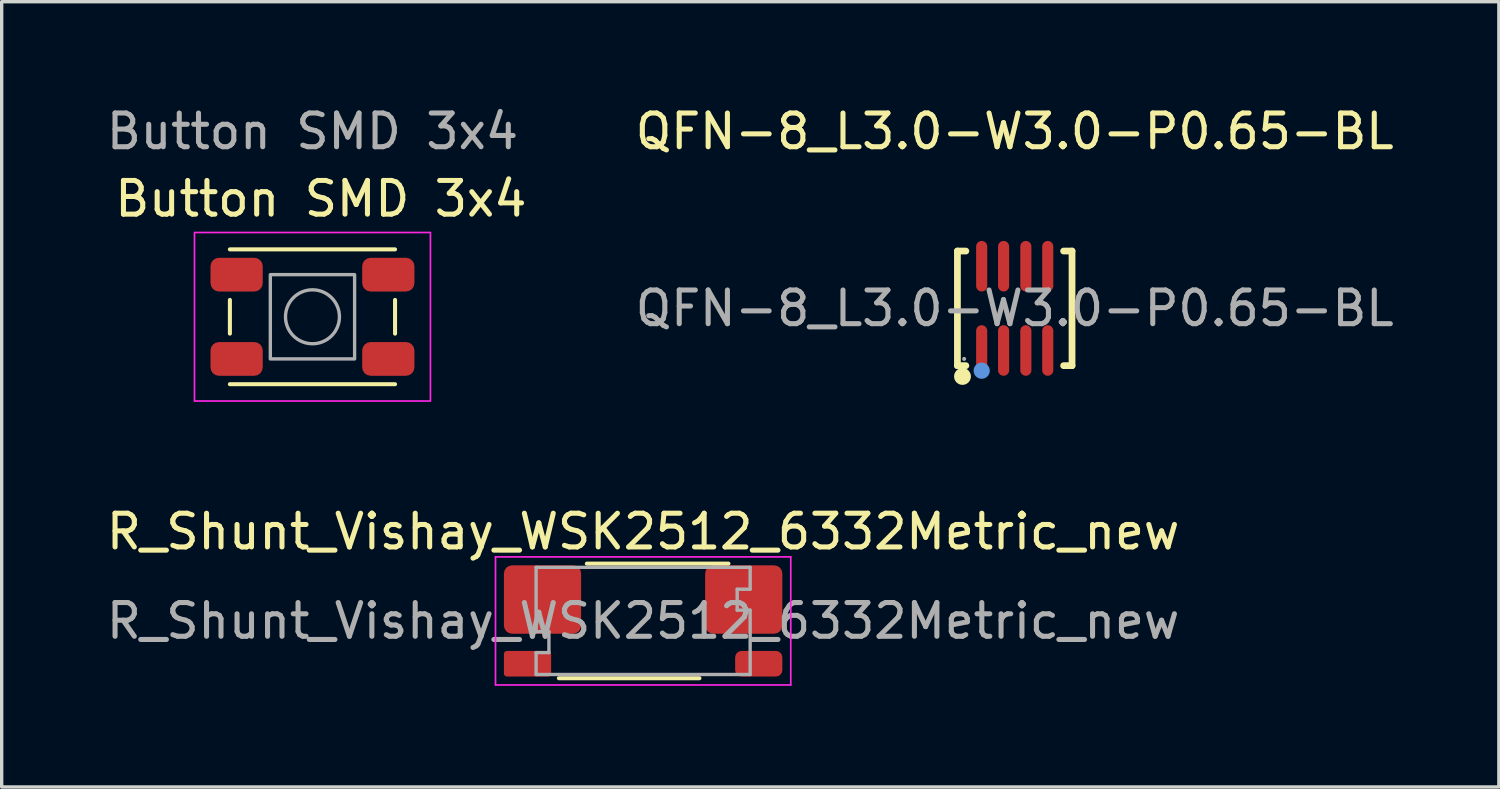
<source format=kicad_pcb>
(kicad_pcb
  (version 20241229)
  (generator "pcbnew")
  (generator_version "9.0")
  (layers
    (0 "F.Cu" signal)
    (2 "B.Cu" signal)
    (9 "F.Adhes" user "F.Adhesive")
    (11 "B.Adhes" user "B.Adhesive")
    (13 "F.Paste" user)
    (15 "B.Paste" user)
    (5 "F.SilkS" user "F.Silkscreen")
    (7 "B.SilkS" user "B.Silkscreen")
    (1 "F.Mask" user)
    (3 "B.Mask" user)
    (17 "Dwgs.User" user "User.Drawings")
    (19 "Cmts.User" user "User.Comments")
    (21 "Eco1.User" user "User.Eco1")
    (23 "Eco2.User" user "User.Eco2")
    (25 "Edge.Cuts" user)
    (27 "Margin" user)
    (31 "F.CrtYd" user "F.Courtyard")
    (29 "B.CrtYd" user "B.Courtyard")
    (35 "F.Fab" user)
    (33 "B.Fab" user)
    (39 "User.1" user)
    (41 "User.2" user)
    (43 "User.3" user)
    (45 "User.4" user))
  (footprint "QFN-8_L3.0-W3.0-P0.65-BL"
    (layer "F.Cu")
    (at 27.054 6.098)
    (property "Reference" "QFN-8_L3.0-W3.0-P0.65-BL" (at 0 -5.25 0) (layer "F.SilkS") (effects (font (size 1 1) (thickness 0.15))))
    (attr smd)
    (fp_line (start -1.7 -1.7) (end -1.45 -1.7) (stroke (width 0.2) (type solid)) (layer "F.SilkS"))
    (fp_line (start -1.7 1.7) (end -1.7 -1.7) (stroke (width 0.2) (type solid)) (layer "F.SilkS"))
    (fp_line (start -1.45 1.7) (end -1.7 1.7) (stroke (width 0.2) (type solid)) (layer "F.SilkS"))
    (fp_line (start 1.45 -1.7) (end 1.7 -1.7) (stroke (width 0.2) (type solid)) (layer "F.SilkS"))
    (fp_line (start 1.7 -1.7) (end 1.7 1.7) (stroke (width 0.2) (type solid)) (layer "F.SilkS"))
    (fp_line (start 1.7 1.7) (end 1.45 1.7) (stroke (width 0.2) (type solid)) (layer "F.SilkS"))
    (fp_arc (start -1.55 2.02) (mid -1.55 2.02) (end -1.55 2.02) (stroke (width 0.25) (type solid)) (layer "F.SilkS"))
    (fp_circle (center -0.98 1.85) (end -0.86 1.85) (stroke (width 0.24) (type solid)) (fill no) (layer "Cmts.User"))
    (fp_circle (center -1.5 1.5) (end -1.47 1.5) (stroke (width 0.06) (type solid)) (fill no) (layer "F.Fab"))
    (fp_text user "${REFERENCE}" (at 0 0 0) (layer "F.Fab") (effects (font (size 1 1) (thickness 0.15))))
    (pad "1" smd oval (at -0.98 1.25) (size 0.33 1.5) (layers "F.Cu" "F.Mask" "F.Paste"))
    (pad "2" smd oval (at -0.33 1.25) (size 0.33 1.5) (layers "F.Cu" "F.Mask" "F.Paste"))
    (pad "3" smd oval (at 0.33 1.25) (size 0.33 1.5) (layers "F.Cu" "F.Mask" "F.Paste"))
    (pad "4" smd oval (at 0.98 1.25) (size 0.33 1.5) (layers "F.Cu" "F.Mask" "F.Paste"))
    (pad "5" smd oval (at 0.98 -1.25 180) (size 0.33 1.5) (layers "F.Cu" "F.Mask" "F.Paste"))
    (pad "6" smd oval (at 0.33 -1.25 180) (size 0.33 1.5) (layers "F.Cu" "F.Mask" "F.Paste"))
    (pad "7" smd oval (at -0.33 -1.25 180) (size 0.33 1.5) (layers "F.Cu" "F.Mask" "F.Paste"))
    (pad "8" smd oval (at -0.98 -1.25 180) (size 0.33 1.5) (layers "F.Cu" "F.Mask" "F.Paste")))
  (footprint "Button SMD 3x4"
    (layer "F.Cu")
    (at 6.22 6.348)
    (property "Reference" "Button SMD 3x4" (at 0.25 -3.5 0) (layer "F.SilkS") (effects (font (size 1 1) (thickness 0.15))))
    (attr smd)
    (fp_line (start -2.45 -2) (end 2.45 -2) (stroke (width 0.12) (type solid)) (layer "F.SilkS"))
    (fp_line (start -2.45 -0.5) (end -2.45 0.5) (stroke (width 0.12) (type solid)) (layer "F.SilkS"))
    (fp_line (start -2.45 2) (end 2.45 2) (stroke (width 0.12) (type solid)) (layer "F.SilkS"))
    (fp_line (start 2.45 -0.5) (end 2.45 0.5) (stroke (width 0.12) (type solid)) (layer "F.SilkS"))
    (fp_rect (start -3.5 -2.5) (end 3.5 2.5) (stroke (width 0.05) (type default)) (fill no) (layer "F.CrtYd"))
    (fp_rect (start -1.25 -1.25) (end 1.25 1.25) (stroke (width 0.1) (type default)) (fill no) (layer "F.Fab"))
    (fp_circle (center 0 0) (end 0.8 0) (stroke (width 0.1) (type solid)) (fill no) (layer "F.Fab"))
    (fp_text user "${REFERENCE}" (at 0 -5.5 0) (layer "F.Fab") (effects (font (size 1 1) (thickness 0.15))))
    (pad "1" smd roundrect (at -2.25 -1.25) (size 1.55 1) (layers "F.Cu" "F.Mask" "F.Paste") (roundrect_rratio 0.25))
    (pad "1" smd roundrect (at 2.25 -1.25) (size 1.55 1) (layers "F.Cu" "F.Mask" "F.Paste") (roundrect_rratio 0.25))
    (pad "2" smd roundrect (at -2.25 1.25) (size 1.55 1) (layers "F.Cu" "F.Mask" "F.Paste") (roundrect_rratio 0.25))
    (pad "2" smd roundrect (at 2.25 1.25) (size 1.55 1) (layers "F.Cu" "F.Mask" "F.Paste") (roundrect_rratio 0.25)))
  (footprint "R_Shunt_Vishay_WSK2512_6332Metric_new"
    (layer "F.Cu")
    (at 16.03 15.371)
    (property "Reference" "R_Shunt_Vishay_WSK2512_6332Metric_new" (at 0 -2.65 0) (layer "F.SilkS") (effects (font (size 1 1) (thickness 0.15))))
    (attr smd)
    (fp_line (start -2.5 1.7) (end 1.67 1.7) (stroke (width 0.12) (type solid)) (layer "F.SilkS"))
    (fp_line (start -1.67 -1.7) (end 2.53 -1.7) (stroke (width 0.12) (type solid)) (layer "F.SilkS"))
    (fp_line (start -4.38 -1.9) (end 4.38 -1.9) (stroke (width 0.05) (type solid)) (layer "F.CrtYd"))
    (fp_line (start -4.38 1.9) (end -4.38 -1.9) (stroke (width 0.05) (type solid)) (layer "F.CrtYd"))
    (fp_line (start 4.38 -1.9) (end 4.38 1.9) (stroke (width 0.05) (type solid)) (layer "F.CrtYd"))
    (fp_line (start 4.38 1.9) (end -4.38 1.9) (stroke (width 0.05) (type solid)) (layer "F.CrtYd"))
    (fp_line (start -3.175 -1.59) (end 3.175 -1.59) (stroke (width 0.1) (type solid)) (layer "F.Fab"))
    (fp_line (start -3.175 0.32) (end -3.175 -1.59) (stroke (width 0.1) (type solid)) (layer "F.Fab"))
    (fp_line (start -3.175 0.32) (end -2.795 0.32) (stroke (width 0.1) (type solid)) (layer "F.Fab"))
    (fp_line (start -3.175 0.94) (end -3.175 1.59) (stroke (width 0.1) (type solid)) (layer "F.Fab"))
    (fp_line (start -3.175 0.94) (end -2.795 0.94) (stroke (width 0.1) (type solid)) (layer "F.Fab"))
    (fp_line (start -2.795 0.94) (end -2.795 0.32) (stroke (width 0.1) (type solid)) (layer "F.Fab"))
    (fp_line (start 2.79 -0.94) (end 3.17 -0.94) (stroke (width 0.1) (type solid)) (layer "F.Fab"))
    (fp_line (start 2.79 -0.32) (end 2.79 -0.94) (stroke (width 0.1) (type solid)) (layer "F.Fab"))
    (fp_line (start 2.79 -0.32) (end 3.17 -0.32) (stroke (width 0.1) (type solid)) (layer "F.Fab"))
    (fp_line (start 3.175 -0.94) (end 3.175 -1.59) (stroke (width 0.1) (type solid)) (layer "F.Fab"))
    (fp_line (start 3.175 -0.32) (end 3.175 1.59) (stroke (width 0.1) (type solid)) (layer "F.Fab"))
    (fp_line (start 3.175 1.59) (end -3.175 1.59) (stroke (width 0.1) (type solid)) (layer "F.Fab"))
    (fp_text user "${REFERENCE}" (at 0 0 0) (layer "F.Fab") (effects (font (size 1 1) (thickness 0.15))))
    (pad "1" smd roundrect (at -2.985 -0.635) (size 2.29 2.03) (layers "F.Cu" "F.Mask" "F.Paste") (roundrect_rratio 0.12))
    (pad "2" smd roundrect (at -3.43 1.27) (size 1.4 0.76) (layers "F.Cu" "F.Mask" "F.Paste") (roundrect_rratio 0.12))
    (pad "3" smd roundrect (at 3.43 1.27) (size 1.4 0.76) (layers "F.Cu" "F.Mask" "F.Paste") (roundrect_rratio 0.25))
    (pad "4" smd roundrect (at 2.985 -0.635) (size 2.29 2.03) (layers "F.Cu" "F.Mask" "F.Paste") (roundrect_rratio 0.12)))
  (gr_rect
    (start -3 -3)
    (end 41.417 20.297)
    (stroke (width 0.1) (type default))
    (fill no)
    (layer "Edge.Cuts")))
</source>
